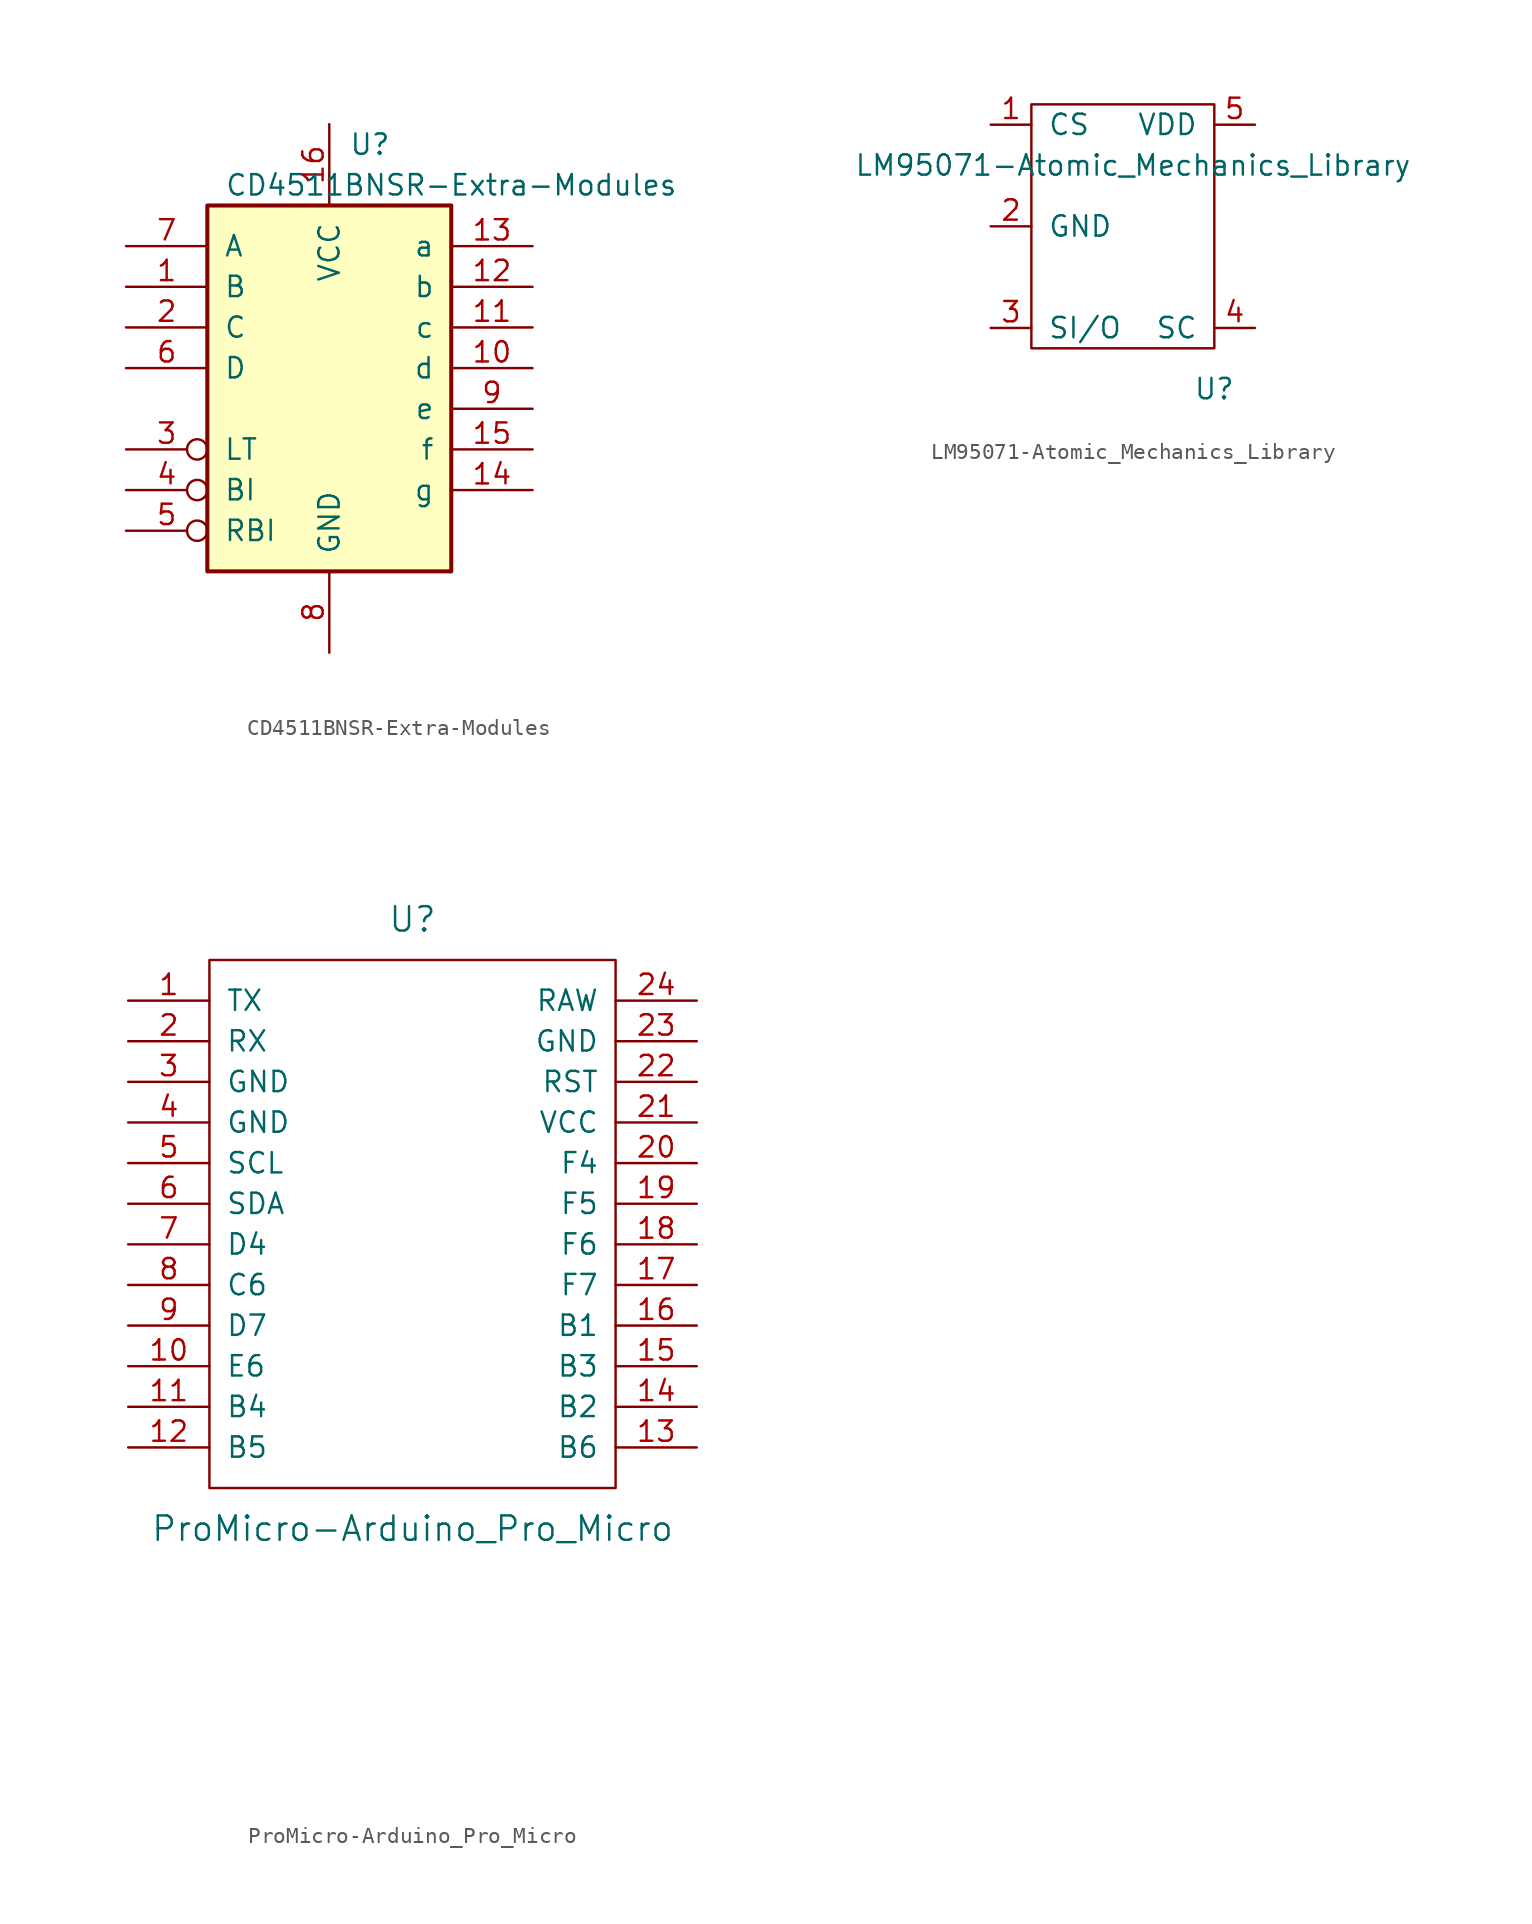
<source format=kicad_sym>
(kicad_symbol_lib
  (version 20220914)
  (generator kicad_symbol_editor)
  (symbol "CD4511BNSR-Extra-Modules"
    (pin_names
      (offset 1.016))
    (property "Reference" "U"
      (at 2.54 15.24 0)
      (effects (font (size 1.27 1.27))))
    (property "Value" "CD4511BNSR-Extra-Modules"
      (at 7.62 12.7 0)
      (effects (font (size 1.27 1.27))))
    (symbol "CD4511BNSR-Extra-Modules_1_0"
      (pin input line (at -12.7 6.35 0) (length 5.08) (name "B" (effects (font (size 1.27 1.27)))) (number "1" (effects (font (size 1.27 1.27)))))
      (pin open_collector line (at 12.7 1.27 180) (length 5.08) (name "d" (effects (font (size 1.27 1.27)))) (number "10" (effects (font (size 1.27 1.27)))))
      (pin open_collector line (at 12.7 3.81 180) (length 5.08) (name "c" (effects (font (size 1.27 1.27)))) (number "11" (effects (font (size 1.27 1.27)))))
      (pin open_collector line (at 12.7 6.35 180) (length 5.08) (name "b" (effects (font (size 1.27 1.27)))) (number "12" (effects (font (size 1.27 1.27)))))
      (pin open_collector line (at 12.7 8.89 180) (length 5.08) (name "a" (effects (font (size 1.27 1.27)))) (number "13" (effects (font (size 1.27 1.27)))))
      (pin open_collector line (at 12.7 -6.35 180) (length 5.08) (name "g" (effects (font (size 1.27 1.27)))) (number "14" (effects (font (size 1.27 1.27)))))
      (pin open_collector line (at 12.7 -3.81 180) (length 5.08) (name "f" (effects (font (size 1.27 1.27)))) (number "15" (effects (font (size 1.27 1.27)))))
      (pin power_in line (at 0 16.51 270) (length 5.08) (name "VCC" (effects (font (size 1.27 1.27)))) (number "16" (effects (font (size 1.27 1.27)))))
      (pin input line (at -12.7 3.81 0) (length 5.08) (name "C" (effects (font (size 1.27 1.27)))) (number "2" (effects (font (size 1.27 1.27)))))
      (pin input inverted (at -12.7 -3.81 0) (length 5.08) (name "LT" (effects (font (size 1.27 1.27)))) (number "3" (effects (font (size 1.27 1.27)))))
      (pin input inverted (at -12.7 -6.35 0) (length 5.08) (name "BI" (effects (font (size 1.27 1.27)))) (number "4" (effects (font (size 1.27 1.27)))))
      (pin input inverted (at -12.7 -8.89 0) (length 5.08) (name "RBI" (effects (font (size 1.27 1.27)))) (number "5" (effects (font (size 1.27 1.27)))))
      (pin input line (at -12.7 1.27 0) (length 5.08) (name "D" (effects (font (size 1.27 1.27)))) (number "6" (effects (font (size 1.27 1.27)))))
      (pin input line (at -12.7 8.89 0) (length 5.08) (name "A" (effects (font (size 1.27 1.27)))) (number "7" (effects (font (size 1.27 1.27)))))
      (pin power_in line (at 0 -16.51 90) (length 5.08) (name "GND" (effects (font (size 1.27 1.27)))) (number "8" (effects (font (size 1.27 1.27)))))
      (pin open_collector line (at 12.7 -1.27 180) (length 5.08) (name "e" (effects (font (size 1.27 1.27)))) (number "9" (effects (font (size 1.27 1.27))))))
    (symbol "CD4511BNSR-Extra-Modules_1_1"
      (rectangle (start -7.62 11.43) (end 7.62 -11.43) (stroke (width 0.254) (type solid)) (fill (type background)))))
  (symbol "LM95071-Atomic_Mechanics_Library"
    (pin_names
      (offset 1.016))
    (property "Reference" "U"
      (at 5.08 -10.16 0)
      (effects (font (size 1.27 1.27))))
    (property "Value" "LM95071-Atomic_Mechanics_Library"
      (at 0 3.81 0)
      (effects (font (size 1.27 1.27))))
    (symbol "LM95071-Atomic_Mechanics_Library_0_1"
      (polyline (pts (xy -6.35 7.62) (xy 5.08 7.62) (xy 5.08 -7.62) (xy -6.35 -7.62) (xy -6.35 7.62)) (stroke (width 0) (type solid)) (fill (type none))))
    (symbol "LM95071-Atomic_Mechanics_Library_1_1"
      (pin input line (at -8.89 6.35 0) (length 2.54) (name "CS" (effects (font (size 1.27 1.27)))) (number "1" (effects (font (size 1.27 1.27)))))
      (pin input line (at -8.89 0 0) (length 2.54) (name "GND" (effects (font (size 1.27 1.27)))) (number "2" (effects (font (size 1.27 1.27)))))
      (pin input line (at -8.89 -6.35 0) (length 2.54) (name "SI/O" (effects (font (size 1.27 1.27)))) (number "3" (effects (font (size 1.27 1.27)))))
      (pin input line (at 7.62 -6.35 180) (length 2.54) (name "SC" (effects (font (size 1.27 1.27)))) (number "4" (effects (font (size 1.27 1.27)))))
      (pin input line (at 7.62 6.35 180) (length 2.54) (name "VDD" (effects (font (size 1.27 1.27)))) (number "5" (effects (font (size 1.27 1.27)))))))
  (symbol "ProMicro-Arduino_Pro_Micro"
    (pin_names
      (offset 1.016))
    (property "Reference" "U"
      (at 0 24.13 0)
      (effects (font (size 1.524 1.524))))
    (property "Value" "ProMicro-Arduino_Pro_Micro"
      (at 0 -13.97 0)
      (effects (font (size 1.524 1.524))))
    (property "Footprint" ""
      (at 2.54 -26.67 0)
      (effects (font (size 1.524 1.524))))
    (property "Datasheet" ""
      (at 2.54 -26.67 0)
      (effects (font (size 1.524 1.524))))
    (symbol "ProMicro-Arduino_Pro_Micro_0_1"
      (rectangle (start -12.7 21.59) (end 12.7 -11.43) (stroke (width 0) (type solid)) (fill (type none))))
    (symbol "ProMicro-Arduino_Pro_Micro_1_1"
      (pin bidirectional line (at -17.78 19.05 0) (length 5.08) (name "TX" (effects (font (size 1.27 1.27)))) (number "1" (effects (font (size 1.27 1.27)))))
      (pin bidirectional line (at -17.78 -3.81 0) (length 5.08) (name "E6" (effects (font (size 1.27 1.27)))) (number "10" (effects (font (size 1.27 1.27)))))
      (pin bidirectional line (at -17.78 -6.35 0) (length 5.08) (name "B4" (effects (font (size 1.27 1.27)))) (number "11" (effects (font (size 1.27 1.27)))))
      (pin bidirectional line (at -17.78 -8.89 0) (length 5.08) (name "B5" (effects (font (size 1.27 1.27)))) (number "12" (effects (font (size 1.27 1.27)))))
      (pin bidirectional line (at 17.78 -8.89 180) (length 5.08) (name "B6" (effects (font (size 1.27 1.27)))) (number "13" (effects (font (size 1.27 1.27)))))
      (pin bidirectional line (at 17.78 -6.35 180) (length 5.08) (name "B2" (effects (font (size 1.27 1.27)))) (number "14" (effects (font (size 1.27 1.27)))))
      (pin bidirectional line (at 17.78 -3.81 180) (length 5.08) (name "B3" (effects (font (size 1.27 1.27)))) (number "15" (effects (font (size 1.27 1.27)))))
      (pin bidirectional line (at 17.78 -1.27 180) (length 5.08) (name "B1" (effects (font (size 1.27 1.27)))) (number "16" (effects (font (size 1.27 1.27)))))
      (pin bidirectional line (at 17.78 1.27 180) (length 5.08) (name "F7" (effects (font (size 1.27 1.27)))) (number "17" (effects (font (size 1.27 1.27)))))
      (pin bidirectional line (at 17.78 3.81 180) (length 5.08) (name "F6" (effects (font (size 1.27 1.27)))) (number "18" (effects (font (size 1.27 1.27)))))
      (pin bidirectional line (at 17.78 6.35 180) (length 5.08) (name "F5" (effects (font (size 1.27 1.27)))) (number "19" (effects (font (size 1.27 1.27)))))
      (pin bidirectional line (at -17.78 16.51 0) (length 5.08) (name "RX" (effects (font (size 1.27 1.27)))) (number "2" (effects (font (size 1.27 1.27)))))
      (pin bidirectional line (at 17.78 8.89 180) (length 5.08) (name "F4" (effects (font (size 1.27 1.27)))) (number "20" (effects (font (size 1.27 1.27)))))
      (pin power_in line (at 17.78 11.43 180) (length 5.08) (name "VCC" (effects (font (size 1.27 1.27)))) (number "21" (effects (font (size 1.27 1.27)))))
      (pin input line (at 17.78 13.97 180) (length 5.08) (name "RST" (effects (font (size 1.27 1.27)))) (number "22" (effects (font (size 1.27 1.27)))))
      (pin power_in line (at 17.78 16.51 180) (length 5.08) (name "GND" (effects (font (size 1.27 1.27)))) (number "23" (effects (font (size 1.27 1.27)))))
      (pin power_out line (at 17.78 19.05 180) (length 5.08) (name "RAW" (effects (font (size 1.27 1.27)))) (number "24" (effects (font (size 1.27 1.27)))))
      (pin power_in line (at -17.78 13.97 0) (length 5.08) (name "GND" (effects (font (size 1.27 1.27)))) (number "3" (effects (font (size 1.27 1.27)))))
      (pin power_in line (at -17.78 11.43 0) (length 5.08) (name "GND" (effects (font (size 1.27 1.27)))) (number "4" (effects (font (size 1.27 1.27)))))
      (pin bidirectional line (at -17.78 8.89 0) (length 5.08) (name "SCL" (effects (font (size 1.27 1.27)))) (number "5" (effects (font (size 1.27 1.27)))))
      (pin bidirectional line (at -17.78 6.35 0) (length 5.08) (name "SDA" (effects (font (size 1.27 1.27)))) (number "6" (effects (font (size 1.27 1.27)))))
      (pin bidirectional line (at -17.78 3.81 0) (length 5.08) (name "D4" (effects (font (size 1.27 1.27)))) (number "7" (effects (font (size 1.27 1.27)))))
      (pin bidirectional line (at -17.78 1.27 0) (length 5.08) (name "C6" (effects (font (size 1.27 1.27)))) (number "8" (effects (font (size 1.27 1.27)))))
      (pin bidirectional line (at -17.78 -1.27 0) (length 5.08) (name "D7" (effects (font (size 1.27 1.27)))) (number "9" (effects (font (size 1.27 1.27))))))))
</source>
